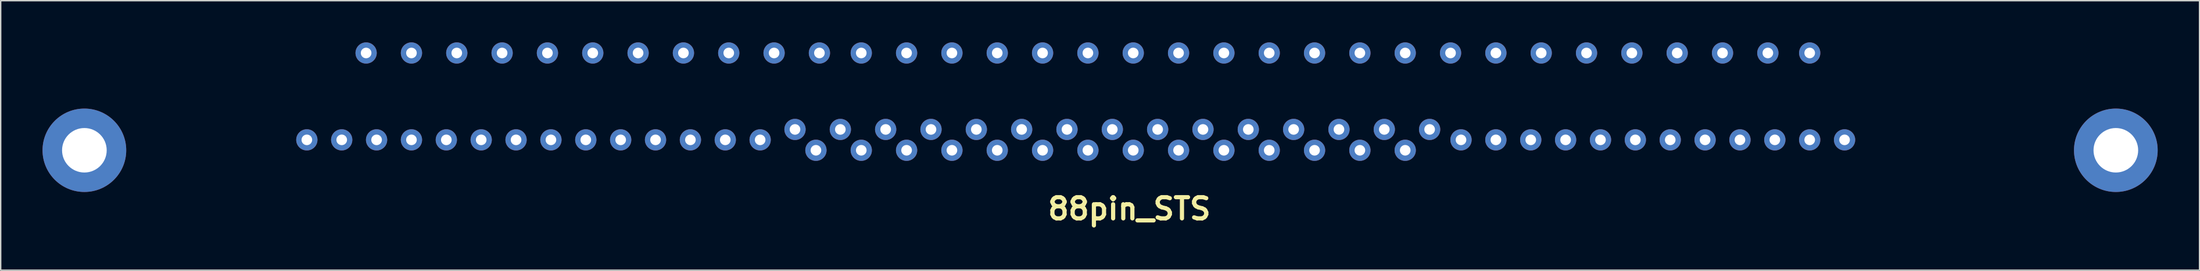
<source format=kicad_pcb>
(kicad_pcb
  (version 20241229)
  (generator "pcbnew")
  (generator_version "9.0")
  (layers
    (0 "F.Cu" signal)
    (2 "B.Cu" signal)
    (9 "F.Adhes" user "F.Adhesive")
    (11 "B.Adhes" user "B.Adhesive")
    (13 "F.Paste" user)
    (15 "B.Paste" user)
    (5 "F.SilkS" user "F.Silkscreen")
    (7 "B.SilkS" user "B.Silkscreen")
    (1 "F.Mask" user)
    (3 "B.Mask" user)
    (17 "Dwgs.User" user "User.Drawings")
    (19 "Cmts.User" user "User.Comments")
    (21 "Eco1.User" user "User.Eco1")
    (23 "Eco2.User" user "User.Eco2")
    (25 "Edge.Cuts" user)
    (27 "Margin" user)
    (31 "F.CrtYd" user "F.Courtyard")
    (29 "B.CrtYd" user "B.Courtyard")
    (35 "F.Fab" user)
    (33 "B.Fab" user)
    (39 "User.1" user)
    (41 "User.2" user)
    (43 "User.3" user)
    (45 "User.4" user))
  (footprint "88pin_STS"
    (layer "F.Cu")
    (at 23.2 0.762)
    (property "Reference" "88pin_STS" (at 54.72 11.21 0) (layer "F.SilkS") (effects (font (size 1.524 1.524) (thickness 0.3))))
    (attr through_hole)
    (pad "" thru_hole circle (at -20.2 7) (size 6 6) (drill 3.2) (layers "*.Cu" "*.Mask"))
    (pad "" thru_hole circle (at 125.45 7) (size 6 6) (drill 3.2) (layers "*.Cu" "*.Mask"))
    (pad "1" thru_hole circle (at 0 0) (size 1.524 1.524) (drill 0.762) (layers "*.Cu" "*.Mask"))
    (pad "2" thru_hole circle (at 3.25 0) (size 1.524 1.524) (drill 0.762) (layers "*.Cu" "*.Mask"))
    (pad "3" thru_hole circle (at 6.5 0) (size 1.524 1.524) (drill 0.762) (layers "*.Cu" "*.Mask"))
    (pad "4" thru_hole circle (at 9.75 0) (size 1.524 1.524) (drill 0.762) (layers "*.Cu" "*.Mask"))
    (pad "5" thru_hole circle (at 13 0) (size 1.524 1.524) (drill 0.762) (layers "*.Cu" "*.Mask"))
    (pad "6" thru_hole circle (at 16.25 0) (size 1.524 1.524) (drill 0.762) (layers "*.Cu" "*.Mask"))
    (pad "7" thru_hole circle (at 19.5 0) (size 1.524 1.524) (drill 0.762) (layers "*.Cu" "*.Mask"))
    (pad "8" thru_hole circle (at 22.75 0) (size 1.524 1.524) (drill 0.762) (layers "*.Cu" "*.Mask"))
    (pad "9" thru_hole circle (at 26 0) (size 1.524 1.524) (drill 0.762) (layers "*.Cu" "*.Mask"))
    (pad "10" thru_hole circle (at 29.25 0) (size 1.524 1.524) (drill 0.762) (layers "*.Cu" "*.Mask"))
    (pad "11" thru_hole circle (at 32.5 0) (size 1.524 1.524) (drill 0.762) (layers "*.Cu" "*.Mask"))
    (pad "12" thru_hole circle (at 35.5 0) (size 1.524 1.524) (drill 0.762) (layers "*.Cu" "*.Mask"))
    (pad "13" thru_hole circle (at 38.75 0) (size 1.524 1.524) (drill 0.762) (layers "*.Cu" "*.Mask"))
    (pad "14" thru_hole circle (at 42 0) (size 1.524 1.524) (drill 0.762) (layers "*.Cu" "*.Mask"))
    (pad "15" thru_hole circle (at 45.25 0) (size 1.524 1.524) (drill 0.762) (layers "*.Cu" "*.Mask"))
    (pad "16" thru_hole circle (at 48.5 0) (size 1.524 1.524) (drill 0.762) (layers "*.Cu" "*.Mask"))
    (pad "17" thru_hole circle (at 51.75 0) (size 1.524 1.524) (drill 0.762) (layers "*.Cu" "*.Mask"))
    (pad "18" thru_hole circle (at 55 0) (size 1.524 1.524) (drill 0.762) (layers "*.Cu" "*.Mask"))
    (pad "19" thru_hole circle (at 58.25 0) (size 1.524 1.524) (drill 0.762) (layers "*.Cu" "*.Mask"))
    (pad "20" thru_hole circle (at 61.5 0) (size 1.524 1.524) (drill 0.762) (layers "*.Cu" "*.Mask"))
    (pad "21" thru_hole circle (at 64.75 0) (size 1.524 1.524) (drill 0.762) (layers "*.Cu" "*.Mask"))
    (pad "22" thru_hole circle (at 68 0) (size 1.524 1.524) (drill 0.762) (layers "*.Cu" "*.Mask"))
    (pad "23" thru_hole circle (at 71.25 0) (size 1.524 1.524) (drill 0.762) (layers "*.Cu" "*.Mask"))
    (pad "24" thru_hole circle (at 74.5 0) (size 1.524 1.524) (drill 0.762) (layers "*.Cu" "*.Mask"))
    (pad "25" thru_hole circle (at 77.75 0) (size 1.524 1.524) (drill 0.762) (layers "*.Cu" "*.Mask"))
    (pad "26" thru_hole circle (at 81 0) (size 1.524 1.524) (drill 0.762) (layers "*.Cu" "*.Mask"))
    (pad "27" thru_hole circle (at 84.25 0) (size 1.524 1.524) (drill 0.762) (layers "*.Cu" "*.Mask"))
    (pad "28" thru_hole circle (at 87.5 0) (size 1.524 1.524) (drill 0.762) (layers "*.Cu" "*.Mask"))
    (pad "29" thru_hole circle (at 90.75 0) (size 1.524 1.524) (drill 0.762) (layers "*.Cu" "*.Mask"))
    (pad "30" thru_hole circle (at 94 0) (size 1.524 1.524) (drill 0.762) (layers "*.Cu" "*.Mask"))
    (pad "31" thru_hole circle (at 97.25 0) (size 1.524 1.524) (drill 0.762) (layers "*.Cu" "*.Mask"))
    (pad "32" thru_hole circle (at 100.5 0) (size 1.524 1.524) (drill 0.762) (layers "*.Cu" "*.Mask"))
    (pad "33" thru_hole circle (at 103.5 0) (size 1.524 1.524) (drill 0.762) (layers "*.Cu" "*.Mask"))
    (pad "34" thru_hole circle (at -4.25 6.25) (size 1.524 1.524) (drill 0.762) (layers "*.Cu" "*.Mask"))
    (pad "35" thru_hole circle (at -1.75 6.25) (size 1.524 1.524) (drill 0.762) (layers "*.Cu" "*.Mask"))
    (pad "36" thru_hole circle (at 0.75 6.25) (size 1.524 1.524) (drill 0.762) (layers "*.Cu" "*.Mask"))
    (pad "37" thru_hole circle (at 3.25 6.25) (size 1.524 1.524) (drill 0.762) (layers "*.Cu" "*.Mask"))
    (pad "38" thru_hole circle (at 5.75 6.25) (size 1.524 1.524) (drill 0.762) (layers "*.Cu" "*.Mask"))
    (pad "39" thru_hole circle (at 8.25 6.25) (size 1.524 1.524) (drill 0.762) (layers "*.Cu" "*.Mask"))
    (pad "40" thru_hole circle (at 10.75 6.25) (size 1.524 1.524) (drill 0.762) (layers "*.Cu" "*.Mask"))
    (pad "41" thru_hole circle (at 13.25 6.25) (size 1.524 1.524) (drill 0.762) (layers "*.Cu" "*.Mask"))
    (pad "42" thru_hole circle (at 15.75 6.25) (size 1.524 1.524) (drill 0.762) (layers "*.Cu" "*.Mask"))
    (pad "43" thru_hole circle (at 18.25 6.25) (size 1.524 1.524) (drill 0.762) (layers "*.Cu" "*.Mask"))
    (pad "44" thru_hole circle (at 20.75 6.25) (size 1.524 1.524) (drill 0.762) (layers "*.Cu" "*.Mask"))
    (pad "45" thru_hole circle (at 23.25 6.25) (size 1.524 1.524) (drill 0.762) (layers "*.Cu" "*.Mask"))
    (pad "46" thru_hole circle (at 25.75 6.25) (size 1.524 1.524) (drill 0.762) (layers "*.Cu" "*.Mask"))
    (pad "47" thru_hole circle (at 28.25 6.25) (size 1.524 1.524) (drill 0.762) (layers "*.Cu" "*.Mask"))
    (pad "48" thru_hole circle (at 30.75 5.5) (size 1.524 1.524) (drill 0.762) (layers "*.Cu" "*.Mask"))
    (pad "49" thru_hole circle (at 32.25 7) (size 1.524 1.524) (drill 0.762) (layers "*.Cu" "*.Mask"))
    (pad "50" thru_hole circle (at 34 5.5) (size 1.524 1.524) (drill 0.762) (layers "*.Cu" "*.Mask"))
    (pad "51" thru_hole circle (at 35.5 7) (size 1.524 1.524) (drill 0.762) (layers "*.Cu" "*.Mask"))
    (pad "52" thru_hole circle (at 37.25 5.5) (size 1.524 1.524) (drill 0.762) (layers "*.Cu" "*.Mask"))
    (pad "53" thru_hole circle (at 38.75 7) (size 1.524 1.524) (drill 0.762) (layers "*.Cu" "*.Mask"))
    (pad "54" thru_hole circle (at 40.5 5.5) (size 1.524 1.524) (drill 0.762) (layers "*.Cu" "*.Mask"))
    (pad "55" thru_hole circle (at 42 7) (size 1.524 1.524) (drill 0.762) (layers "*.Cu" "*.Mask"))
    (pad "56" thru_hole circle (at 43.75 5.5) (size 1.524 1.524) (drill 0.762) (layers "*.Cu" "*.Mask"))
    (pad "57" thru_hole circle (at 45.25 7) (size 1.524 1.524) (drill 0.762) (layers "*.Cu" "*.Mask"))
    (pad "58" thru_hole circle (at 47 5.5) (size 1.524 1.524) (drill 0.762) (layers "*.Cu" "*.Mask"))
    (pad "59" thru_hole circle (at 48.5 7) (size 1.524 1.524) (drill 0.762) (layers "*.Cu" "*.Mask"))
    (pad "60" thru_hole circle (at 50.25 5.5) (size 1.524 1.524) (drill 0.762) (layers "*.Cu" "*.Mask"))
    (pad "61" thru_hole circle (at 51.75 7) (size 1.524 1.524) (drill 0.762) (layers "*.Cu" "*.Mask"))
    (pad "62" thru_hole circle (at 53.5 5.5) (size 1.524 1.524) (drill 0.762) (layers "*.Cu" "*.Mask"))
    (pad "63" thru_hole circle (at 55 7) (size 1.524 1.524) (drill 0.762) (layers "*.Cu" "*.Mask"))
    (pad "64" thru_hole circle (at 56.75 5.5) (size 1.524 1.524) (drill 0.762) (layers "*.Cu" "*.Mask"))
    (pad "65" thru_hole circle (at 58.25 7) (size 1.524 1.524) (drill 0.762) (layers "*.Cu" "*.Mask"))
    (pad "66" thru_hole circle (at 60 5.5) (size 1.524 1.524) (drill 0.762) (layers "*.Cu" "*.Mask"))
    (pad "67" thru_hole circle (at 61.5 7) (size 1.524 1.524) (drill 0.762) (layers "*.Cu" "*.Mask"))
    (pad "68" thru_hole circle (at 63.25 5.5) (size 1.524 1.524) (drill 0.762) (layers "*.Cu" "*.Mask"))
    (pad "69" thru_hole circle (at 64.75 7) (size 1.524 1.524) (drill 0.762) (layers "*.Cu" "*.Mask"))
    (pad "70" thru_hole circle (at 66.5 5.5) (size 1.524 1.524) (drill 0.762) (layers "*.Cu" "*.Mask"))
    (pad "71" thru_hole circle (at 68 7) (size 1.524 1.524) (drill 0.762) (layers "*.Cu" "*.Mask"))
    (pad "72" thru_hole circle (at 69.75 5.5) (size 1.524 1.524) (drill 0.762) (layers "*.Cu" "*.Mask"))
    (pad "73" thru_hole circle (at 71.25 7) (size 1.524 1.524) (drill 0.762) (layers "*.Cu" "*.Mask"))
    (pad "74" thru_hole circle (at 73 5.5) (size 1.524 1.524) (drill 0.762) (layers "*.Cu" "*.Mask"))
    (pad "75" thru_hole circle (at 74.5 7) (size 1.524 1.524) (drill 0.762) (layers "*.Cu" "*.Mask"))
    (pad "76" thru_hole circle (at 76.25 5.5) (size 1.524 1.524) (drill 0.762) (layers "*.Cu" "*.Mask"))
    (pad "77" thru_hole circle (at 78.5 6.25) (size 1.524 1.524) (drill 0.762) (layers "*.Cu" "*.Mask"))
    (pad "78" thru_hole circle (at 81 6.25) (size 1.524 1.524) (drill 0.762) (layers "*.Cu" "*.Mask"))
    (pad "79" thru_hole circle (at 83.5 6.25) (size 1.524 1.524) (drill 0.762) (layers "*.Cu" "*.Mask"))
    (pad "80" thru_hole circle (at 86 6.25) (size 1.524 1.524) (drill 0.762) (layers "*.Cu" "*.Mask"))
    (pad "81" thru_hole circle (at 88.5 6.25) (size 1.524 1.524) (drill 0.762) (layers "*.Cu" "*.Mask"))
    (pad "82" thru_hole circle (at 91 6.25) (size 1.524 1.524) (drill 0.762) (layers "*.Cu" "*.Mask"))
    (pad "83" thru_hole circle (at 93.5 6.25) (size 1.524 1.524) (drill 0.762) (layers "*.Cu" "*.Mask"))
    (pad "84" thru_hole circle (at 96 6.25) (size 1.524 1.524) (drill 0.762) (layers "*.Cu" "*.Mask"))
    (pad "85" thru_hole circle (at 98.5 6.25) (size 1.524 1.524) (drill 0.762) (layers "*.Cu" "*.Mask"))
    (pad "86" thru_hole circle (at 101 6.25) (size 1.524 1.524) (drill 0.762) (layers "*.Cu" "*.Mask"))
    (pad "87" thru_hole circle (at 103.5 6.25) (size 1.524 1.524) (drill 0.762) (layers "*.Cu" "*.Mask"))
    (pad "88" thru_hole circle (at 106 6.25) (size 1.524 1.524) (drill 0.762) (layers "*.Cu" "*.Mask")))
  (gr_rect
    (start -3 -3)
    (end 154.65 16.39)
    (stroke (width 0.1) (type default))
    (fill no)
    (layer "Edge.Cuts")))
</source>
